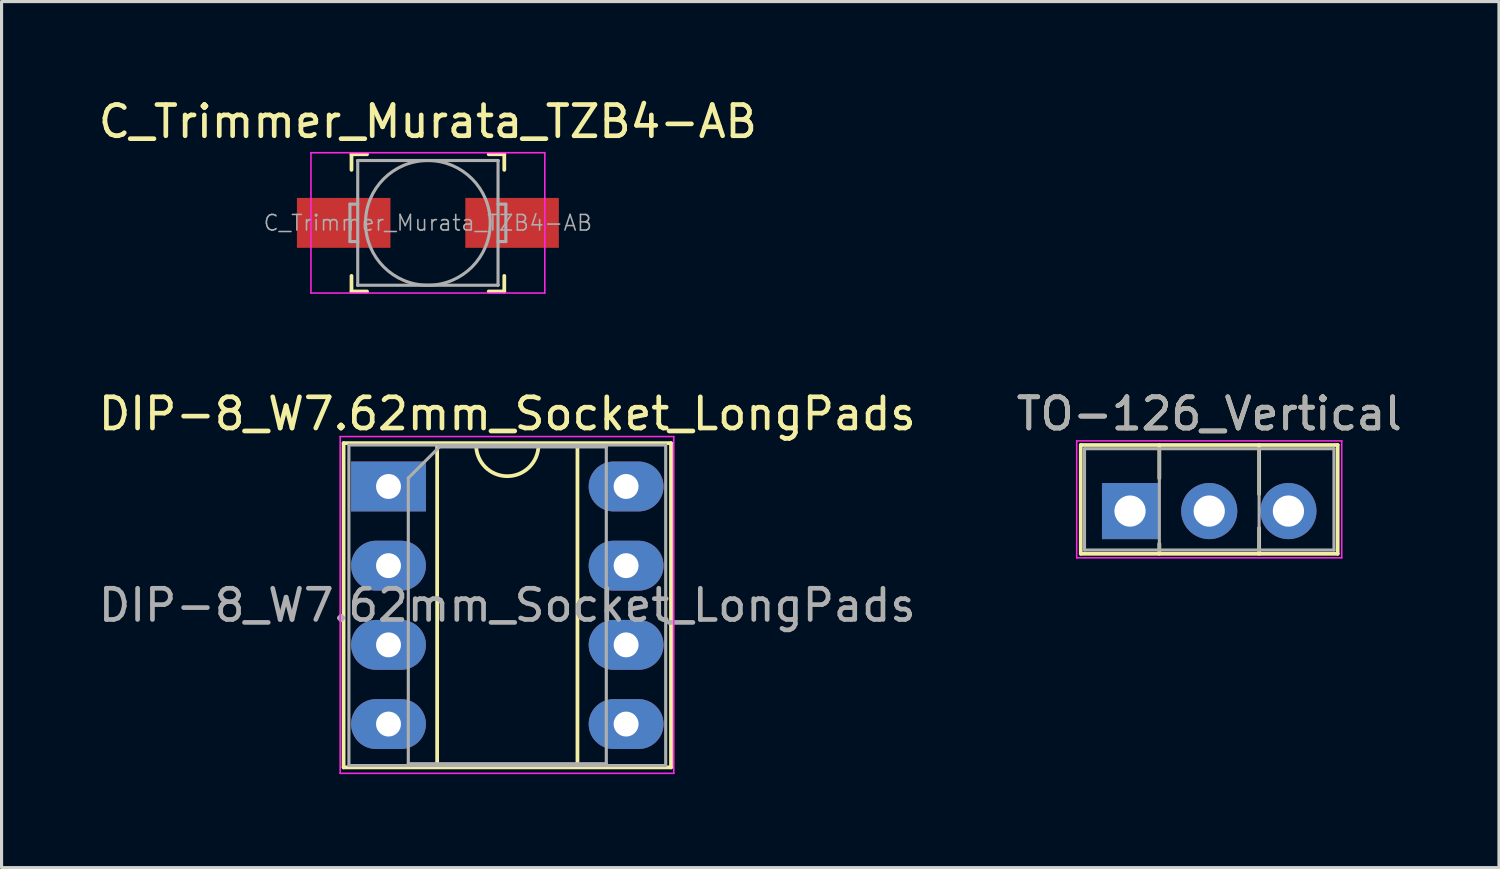
<source format=kicad_pcb>
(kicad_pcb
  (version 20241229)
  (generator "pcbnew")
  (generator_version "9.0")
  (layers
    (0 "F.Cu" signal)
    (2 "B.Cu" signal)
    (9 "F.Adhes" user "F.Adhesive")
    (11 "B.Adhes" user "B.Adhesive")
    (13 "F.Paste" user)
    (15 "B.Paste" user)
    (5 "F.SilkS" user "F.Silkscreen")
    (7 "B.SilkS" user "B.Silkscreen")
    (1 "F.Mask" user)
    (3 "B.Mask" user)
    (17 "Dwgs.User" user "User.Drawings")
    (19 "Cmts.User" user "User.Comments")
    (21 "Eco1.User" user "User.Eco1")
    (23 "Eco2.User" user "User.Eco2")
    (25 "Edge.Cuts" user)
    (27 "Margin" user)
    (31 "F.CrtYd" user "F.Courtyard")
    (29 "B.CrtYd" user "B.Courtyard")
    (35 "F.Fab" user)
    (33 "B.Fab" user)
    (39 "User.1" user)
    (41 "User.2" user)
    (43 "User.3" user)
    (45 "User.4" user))
  (footprint "C_Trimmer_Murata_TZB4-AB"
    (layer "F.Cu")
    (at 10.673 4.098)
    (property "Reference" "C_Trimmer_Murata_TZB4-AB" (at 0 -3.25 0) (layer "F.SilkS") (effects (font (size 1 1) (thickness 0.15))))
    (attr smd)
    (fp_line (start -2.45 -2.2) (end -2.45 -1.7) (stroke (width 0.12) (type solid)) (layer "F.SilkS"))
    (fp_line (start -2.45 -2.2) (end -1.95 -2.2) (stroke (width 0.12) (type solid)) (layer "F.SilkS"))
    (fp_line (start -2.45 2.2) (end -2.45 1.7) (stroke (width 0.12) (type solid)) (layer "F.SilkS"))
    (fp_line (start -2.45 2.2) (end -1.95 2.2) (stroke (width 0.12) (type solid)) (layer "F.SilkS"))
    (fp_line (start 2.45 -2.2) (end 1.95 -2.2) (stroke (width 0.12) (type solid)) (layer "F.SilkS"))
    (fp_line (start 2.45 -2.2) (end 2.45 -1.7) (stroke (width 0.12) (type solid)) (layer "F.SilkS"))
    (fp_line (start 2.45 2.2) (end 1.95 2.2) (stroke (width 0.12) (type solid)) (layer "F.SilkS"))
    (fp_line (start 2.45 2.2) (end 2.45 1.7) (stroke (width 0.12) (type solid)) (layer "F.SilkS"))
    (fp_line (start -3.75 -2.25) (end -3.75 2.25) (stroke (width 0.05) (type solid)) (layer "F.CrtYd"))
    (fp_line (start -3.75 2.25) (end 3.75 2.25) (stroke (width 0.05) (type solid)) (layer "F.CrtYd"))
    (fp_line (start 3.75 -2.25) (end -3.75 -2.25) (stroke (width 0.05) (type solid)) (layer "F.CrtYd"))
    (fp_line (start 3.75 2.25) (end 3.75 -2.25) (stroke (width 0.05) (type solid)) (layer "F.CrtYd"))
    (fp_line (start -2.5 -0.6) (end -2.5 0.6) (stroke (width 0.1) (type solid)) (layer "F.Fab"))
    (fp_line (start -2.5 0.6) (end -2.25 0.6) (stroke (width 0.1) (type solid)) (layer "F.Fab"))
    (fp_line (start -2.25 -2) (end -2.24 -2) (stroke (width 0.1) (type solid)) (layer "F.Fab"))
    (fp_line (start -2.25 -1.99) (end -2.25 -2) (stroke (width 0.1) (type solid)) (layer "F.Fab"))
    (fp_line (start -2.25 -0.6) (end -2.5 -0.6) (stroke (width 0.1) (type solid)) (layer "F.Fab"))
    (fp_line (start -2.25 1.99) (end -2.25 -1.99) (stroke (width 0.1) (type solid)) (layer "F.Fab"))
    (fp_line (start -2.25 2) (end -2.25 1.99) (stroke (width 0.1) (type solid)) (layer "F.Fab"))
    (fp_line (start -2.24 -2) (end 2.24 -2) (stroke (width 0.1) (type solid)) (layer "F.Fab"))
    (fp_line (start -2.24 2) (end -2.25 2) (stroke (width 0.1) (type solid)) (layer "F.Fab"))
    (fp_line (start 2.24 -2) (end 2.25 -2) (stroke (width 0.1) (type solid)) (layer "F.Fab"))
    (fp_line (start 2.24 2) (end -2.24 2) (stroke (width 0.1) (type solid)) (layer "F.Fab"))
    (fp_line (start 2.25 -2) (end 2.25 -1.99) (stroke (width 0.1) (type solid)) (layer "F.Fab"))
    (fp_line (start 2.25 -1.99) (end 2.25 1.99) (stroke (width 0.1) (type solid)) (layer "F.Fab"))
    (fp_line (start 2.25 -0.6) (end 2.5 -0.6) (stroke (width 0.1) (type solid)) (layer "F.Fab"))
    (fp_line (start 2.25 1.99) (end 2.25 2) (stroke (width 0.1) (type solid)) (layer "F.Fab"))
    (fp_line (start 2.25 2) (end 2.24 2) (stroke (width 0.1) (type solid)) (layer "F.Fab"))
    (fp_line (start 2.5 -0.6) (end 2.5 0.6) (stroke (width 0.1) (type solid)) (layer "F.Fab"))
    (fp_line (start 2.5 0.6) (end 2.25 0.6) (stroke (width 0.1) (type solid)) (layer "F.Fab"))
    (fp_circle (center 0 0) (end 2 0) (stroke (width 0.1) (type solid)) (fill no) (layer "F.Fab"))
    (fp_text user "${REFERENCE}" (at 0 0 0) (layer "F.Fab") (effects (font (size 0.5 0.5) (thickness 0.05))))
    (pad "1" smd rect (at -2.7 0) (size 3 1.6) (layers "F.Cu" "F.Mask" "F.Paste"))
    (pad "2" smd rect (at 2.7 0) (size 3 1.6) (layers "F.Cu" "F.Mask" "F.Paste")))
  (footprint "DIP-8_W7.62mm_Socket_LongPads"
    (layer "F.Cu")
    (at 9.41 12.552)
    (property "Reference" "DIP-8_W7.62mm_Socket_LongPads" (at 3.81 -2.33 0) (layer "F.SilkS") (effects (font (size 1 1) (thickness 0.15))))
    (attr through_hole)
    (fp_line (start -1.44 -1.39) (end -1.44 9.01) (stroke (width 0.12) (type solid)) (layer "F.SilkS"))
    (fp_line (start -1.44 9.01) (end 9.06 9.01) (stroke (width 0.12) (type solid)) (layer "F.SilkS"))
    (fp_line (start 1.56 -1.33) (end 1.56 8.95) (stroke (width 0.12) (type solid)) (layer "F.SilkS"))
    (fp_line (start 1.56 8.95) (end 6.06 8.95) (stroke (width 0.12) (type solid)) (layer "F.SilkS"))
    (fp_line (start 2.81 -1.33) (end 1.56 -1.33) (stroke (width 0.12) (type solid)) (layer "F.SilkS"))
    (fp_line (start 6.06 -1.33) (end 4.81 -1.33) (stroke (width 0.12) (type solid)) (layer "F.SilkS"))
    (fp_line (start 6.06 8.95) (end 6.06 -1.33) (stroke (width 0.12) (type solid)) (layer "F.SilkS"))
    (fp_line (start 9.06 -1.39) (end -1.44 -1.39) (stroke (width 0.12) (type solid)) (layer "F.SilkS"))
    (fp_line (start 9.06 9.01) (end 9.06 -1.39) (stroke (width 0.12) (type solid)) (layer "F.SilkS"))
    (fp_arc (start 4.81 -1.33) (mid 3.81 -0.33) (end 2.81 -1.33) (stroke (width 0.12) (type solid)) (layer "F.SilkS"))
    (fp_line (start -1.55 -1.6) (end -1.55 9.2) (stroke (width 0.05) (type solid)) (layer "F.CrtYd"))
    (fp_line (start -1.55 9.2) (end 9.15 9.2) (stroke (width 0.05) (type solid)) (layer "F.CrtYd"))
    (fp_line (start 9.15 -1.6) (end -1.55 -1.6) (stroke (width 0.05) (type solid)) (layer "F.CrtYd"))
    (fp_line (start 9.15 9.2) (end 9.15 -1.6) (stroke (width 0.05) (type solid)) (layer "F.CrtYd"))
    (fp_line (start -1.27 -1.33) (end -1.27 8.95) (stroke (width 0.1) (type solid)) (layer "F.Fab"))
    (fp_line (start -1.27 8.95) (end 8.89 8.95) (stroke (width 0.1) (type solid)) (layer "F.Fab"))
    (fp_line (start 0.635 -0.27) (end 1.635 -1.27) (stroke (width 0.1) (type solid)) (layer "F.Fab"))
    (fp_line (start 0.635 8.89) (end 0.635 -0.27) (stroke (width 0.1) (type solid)) (layer "F.Fab"))
    (fp_line (start 1.635 -1.27) (end 6.985 -1.27) (stroke (width 0.1) (type solid)) (layer "F.Fab"))
    (fp_line (start 6.985 -1.27) (end 6.985 8.89) (stroke (width 0.1) (type solid)) (layer "F.Fab"))
    (fp_line (start 6.985 8.89) (end 0.635 8.89) (stroke (width 0.1) (type solid)) (layer "F.Fab"))
    (fp_line (start 8.89 -1.33) (end -1.27 -1.33) (stroke (width 0.1) (type solid)) (layer "F.Fab"))
    (fp_line (start 8.89 8.95) (end 8.89 -1.33) (stroke (width 0.1) (type solid)) (layer "F.Fab"))
    (fp_text user "${REFERENCE}" (at 3.81 3.81 0) (layer "F.Fab") (effects (font (size 1 1) (thickness 0.15))))
    (pad "1" thru_hole rect (at 0 0) (size 2.4 1.6) (drill 0.8) (layers "*.Cu" "*.Mask"))
    (pad "2" thru_hole oval (at 0 2.54) (size 2.4 1.6) (drill 0.8) (layers "*.Cu" "*.Mask"))
    (pad "3" thru_hole oval (at 0 5.08) (size 2.4 1.6) (drill 0.8) (layers "*.Cu" "*.Mask"))
    (pad "4" thru_hole oval (at 0 7.62) (size 2.4 1.6) (drill 0.8) (layers "*.Cu" "*.Mask"))
    (pad "5" thru_hole oval (at 7.62 7.62) (size 2.4 1.6) (drill 0.8) (layers "*.Cu" "*.Mask"))
    (pad "6" thru_hole oval (at 7.62 5.08) (size 2.4 1.6) (drill 0.8) (layers "*.Cu" "*.Mask"))
    (pad "7" thru_hole oval (at 7.62 2.54) (size 2.4 1.6) (drill 0.8) (layers "*.Cu" "*.Mask"))
    (pad "8" thru_hole oval (at 7.62 0) (size 2.4 1.6) (drill 0.8) (layers "*.Cu" "*.Mask")))
  (footprint "TO-126_Vertical"
    (layer "F.Cu")
    (at 33.192 13.341)
    (property "Reference" "TO-126_Vertical" (at 2.54 -3.12 0) (layer "F.SilkS") (effects (font (size 1 1) (thickness 0.15))))
    (attr through_hole)
    (fp_line (start -1.58 -2.12) (end -1.58 1.37) (stroke (width 0.12) (type solid)) (layer "F.SilkS"))
    (fp_line (start -1.58 -2.12) (end 6.66 -2.12) (stroke (width 0.12) (type solid)) (layer "F.SilkS"))
    (fp_line (start -1.58 1.37) (end 6.66 1.37) (stroke (width 0.12) (type solid)) (layer "F.SilkS"))
    (fp_line (start 0.94 -2.12) (end 0.94 -1.05) (stroke (width 0.12) (type solid)) (layer "F.SilkS"))
    (fp_line (start 0.94 1.05) (end 0.94 1.37) (stroke (width 0.12) (type solid)) (layer "F.SilkS"))
    (fp_line (start 4.141 -2.12) (end 4.141 -0.54) (stroke (width 0.12) (type solid)) (layer "F.SilkS"))
    (fp_line (start 4.141 0.54) (end 4.141 1.37) (stroke (width 0.12) (type solid)) (layer "F.SilkS"))
    (fp_line (start 6.66 -2.12) (end 6.66 1.37) (stroke (width 0.12) (type solid)) (layer "F.SilkS"))
    (fp_line (start -1.71 -2.25) (end -1.71 1.5) (stroke (width 0.05) (type solid)) (layer "F.CrtYd"))
    (fp_line (start -1.71 1.5) (end 6.79 1.5) (stroke (width 0.05) (type solid)) (layer "F.CrtYd"))
    (fp_line (start 6.79 -2.25) (end -1.71 -2.25) (stroke (width 0.05) (type solid)) (layer "F.CrtYd"))
    (fp_line (start 6.79 1.5) (end 6.79 -2.25) (stroke (width 0.05) (type solid)) (layer "F.CrtYd"))
    (fp_line (start -1.46 -2) (end -1.46 1.25) (stroke (width 0.1) (type solid)) (layer "F.Fab"))
    (fp_line (start -1.46 1.25) (end 6.54 1.25) (stroke (width 0.1) (type solid)) (layer "F.Fab"))
    (fp_line (start 0.94 -2) (end 0.94 1.25) (stroke (width 0.1) (type solid)) (layer "F.Fab"))
    (fp_line (start 4.14 -2) (end 4.14 1.25) (stroke (width 0.1) (type solid)) (layer "F.Fab"))
    (fp_line (start 6.54 -2) (end -1.46 -2) (stroke (width 0.1) (type solid)) (layer "F.Fab"))
    (fp_line (start 6.54 1.25) (end 6.54 -2) (stroke (width 0.1) (type solid)) (layer "F.Fab"))
    (fp_text user "${REFERENCE}" (at 2.54 -3.12 0) (layer "F.Fab") (effects (font (size 1 1) (thickness 0.15))))
    (pad "1" thru_hole rect (at 0 0) (size 1.8 1.8) (drill 1) (layers "*.Cu" "*.Mask"))
    (pad "2" thru_hole oval (at 2.54 0) (size 1.8 1.8) (drill 1) (layers "*.Cu" "*.Mask"))
    (pad "3" thru_hole oval (at 5.08 0) (size 1.8 1.8) (drill 1) (layers "*.Cu" "*.Mask")))
  (gr_rect
    (start -3 -3)
    (end 45.024 24.776)
    (stroke (width 0.1) (type default))
    (fill no)
    (layer "Edge.Cuts")))
</source>
